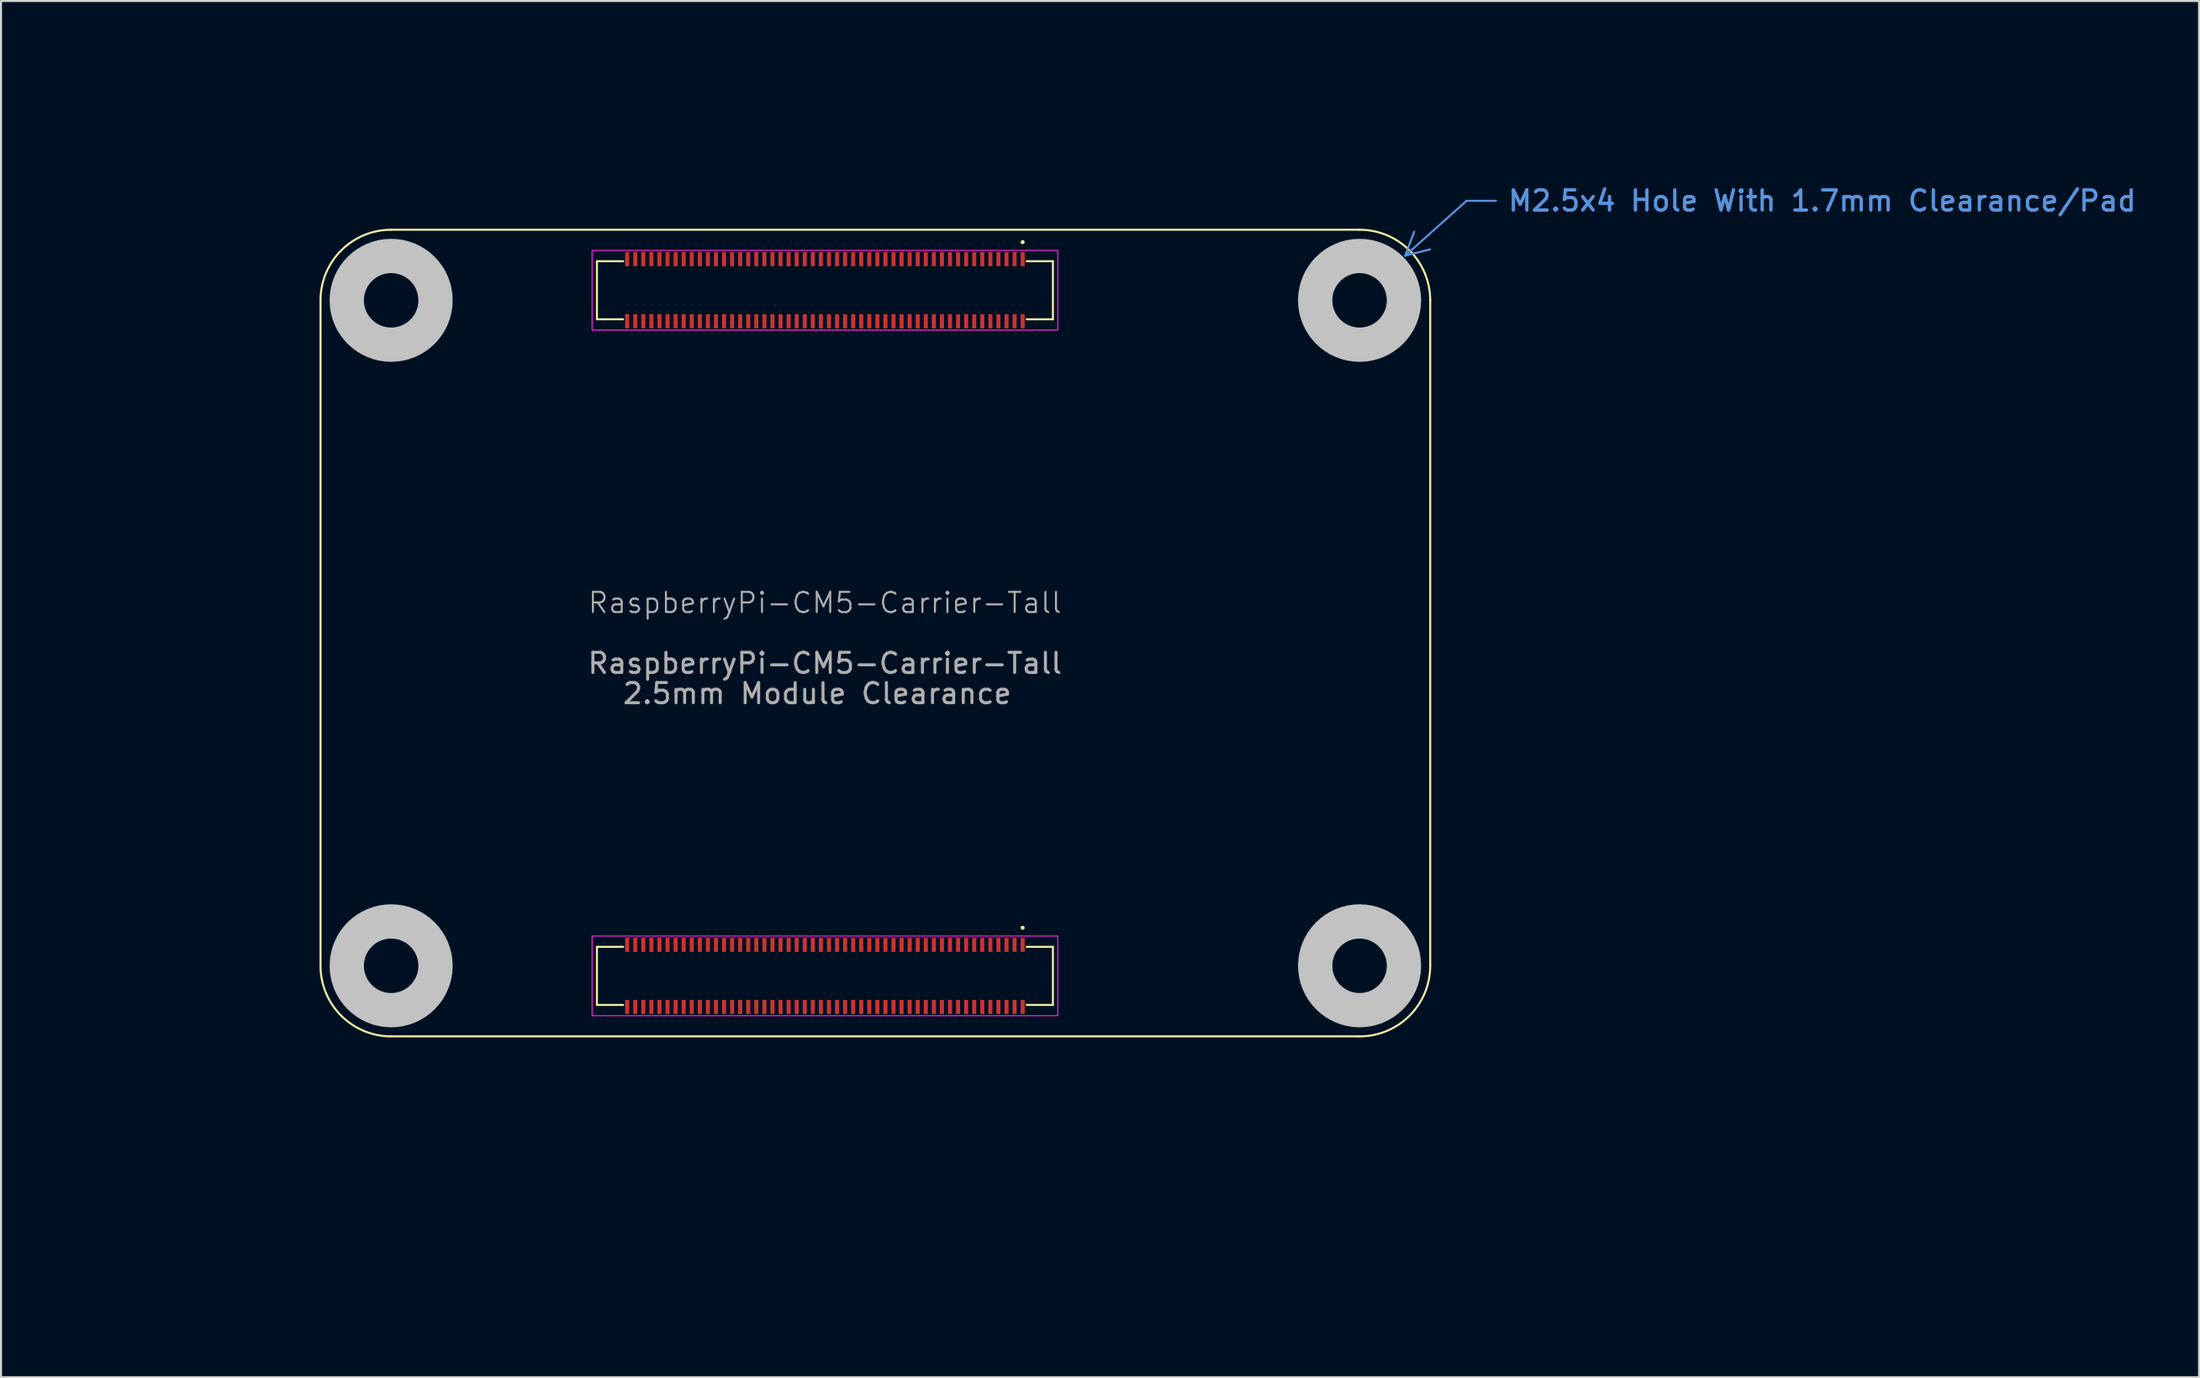
<source format=kicad_pcb>
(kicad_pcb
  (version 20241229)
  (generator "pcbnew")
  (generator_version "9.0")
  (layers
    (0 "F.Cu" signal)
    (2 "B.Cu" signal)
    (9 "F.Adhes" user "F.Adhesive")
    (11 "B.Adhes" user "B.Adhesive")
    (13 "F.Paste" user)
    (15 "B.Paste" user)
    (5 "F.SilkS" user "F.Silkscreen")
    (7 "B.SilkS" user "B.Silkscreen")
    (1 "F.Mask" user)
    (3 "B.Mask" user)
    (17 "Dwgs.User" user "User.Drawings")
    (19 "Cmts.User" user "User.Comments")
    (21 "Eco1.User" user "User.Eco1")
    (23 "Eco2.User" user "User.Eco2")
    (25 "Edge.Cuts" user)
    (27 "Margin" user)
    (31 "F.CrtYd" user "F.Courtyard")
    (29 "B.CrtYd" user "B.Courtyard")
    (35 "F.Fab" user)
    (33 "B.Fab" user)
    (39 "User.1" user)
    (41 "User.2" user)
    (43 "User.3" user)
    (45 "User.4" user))
  (footprint "RaspberryPi-CM5-Carrier-Tall"
    (layer "F.Cu")
    (at 37.837 48.343)
    (property "Reference" "RaspberryPi-CM5-Carrier-Tall" (at 0 -21.5 0) (unlocked yes) (layer "F.Fab") (effects (font (size 1 1) (thickness 0.1))))
    (attr smd)
    (fp_line (start -25 -3.5) (end -25 -36.5) (stroke (width 0.1) (type default)) (layer "F.SilkS"))
    (fp_line (start -21.5 -40) (end 26.5 -40) (stroke (width 0.1) (type default)) (layer "F.SilkS"))
    (fp_line (start -11.3 -38.44) (end -11.3 -35.56) (stroke (width 0.1) (type default)) (layer "F.SilkS"))
    (fp_line (start -11.3 -38.44) (end -10 -38.44) (stroke (width 0.1) (type default)) (layer "F.SilkS"))
    (fp_line (start -11.3 -35.56) (end -10 -35.56) (stroke (width 0.1) (type default)) (layer "F.SilkS"))
    (fp_line (start -11.3 -4.44) (end -11.3 -1.56) (stroke (width 0.1) (type default)) (layer "F.SilkS"))
    (fp_line (start -11.3 -4.44) (end -10 -4.44) (stroke (width 0.1) (type default)) (layer "F.SilkS"))
    (fp_line (start -11.3 -1.56) (end -10 -1.56) (stroke (width 0.1) (type default)) (layer "F.SilkS"))
    (fp_line (start 11.3 -38.44) (end 10 -38.44) (stroke (width 0.1) (type default)) (layer "F.SilkS"))
    (fp_line (start 11.3 -38.44) (end 11.3 -35.56) (stroke (width 0.1) (type default)) (layer "F.SilkS"))
    (fp_line (start 11.3 -35.56) (end 10 -35.56) (stroke (width 0.1) (type default)) (layer "F.SilkS"))
    (fp_line (start 11.3 -4.44) (end 10 -4.44) (stroke (width 0.1) (type default)) (layer "F.SilkS"))
    (fp_line (start 11.3 -4.44) (end 11.3 -1.56) (stroke (width 0.1) (type default)) (layer "F.SilkS"))
    (fp_line (start 11.3 -1.56) (end 10 -1.56) (stroke (width 0.1) (type default)) (layer "F.SilkS"))
    (fp_line (start 26.5 0) (end -21.5 0) (stroke (width 0.1) (type default)) (layer "F.SilkS"))
    (fp_line (start 30 -36.5) (end 30 -3.5) (stroke (width 0.1) (type default)) (layer "F.SilkS"))
    (fp_arc (start -25 -36.5) (mid -23.974874 -38.974874) (end -21.5 -40) (stroke (width 0.1) (type default)) (layer "F.SilkS"))
    (fp_arc (start -21.5 0) (mid -23.974874 -1.025126) (end -25 -3.5) (stroke (width 0.1) (type default)) (layer "F.SilkS"))
    (fp_arc (start 26.5 -40) (mid 28.974874 -38.974874) (end 30 -36.5) (stroke (width 0.1) (type default)) (layer "F.SilkS"))
    (fp_arc (start 30 -3.5) (mid 28.974874 -1.025126) (end 26.5 0) (stroke (width 0.1) (type default)) (layer "F.SilkS"))
    (fp_circle (center 9.8 -39.385) (end 9.9 -39.385) (stroke (width 0) (type default)) (fill yes) (layer "F.SilkS"))
    (fp_circle (center 9.8 -5.385) (end 9.9 -5.385) (stroke (width 0) (type default)) (fill yes) (layer "F.SilkS"))
    (fp_circle (center -21.5 -36.5) (end -19.3 -36.5) (stroke (width 1.7) (type default)) (fill no) (layer "Dwgs.User"))
    (fp_circle (center -21.5 -3.5) (end -19.3 -3.5) (stroke (width 1.7) (type default)) (fill no) (layer "Dwgs.User"))
    (fp_circle (center 26.5 -36.5) (end 28.7 -36.5) (stroke (width 1.7) (type default)) (fill no) (layer "Dwgs.User"))
    (fp_circle (center 26.5 -3.5) (end 28.7 -3.5) (stroke (width 1.7) (type default)) (fill no) (layer "Dwgs.User"))
    (fp_rect (start -11.54 -38.975) (end 11.54 -35.025) (stroke (width 0.05) (type solid)) (fill no) (layer "F.CrtYd"))
    (fp_rect (start -11.54 -4.975) (end 11.54 -1.025) (stroke (width 0.05) (type solid)) (fill no) (layer "F.CrtYd"))
    (fp_text user "2.5mm Module Clearance " (at 0 -17 0) (unlocked yes) (layer "F.Fab") (effects (font (size 1 1) (thickness 0.15))))
    (fp_text user "${REFERENCE}" (at 0 -18.5 0) (unlocked yes) (layer "F.Fab") (effects (font (size 1 1) (thickness 0.15))))
    (dimension (type leader) (layer "Cmts.User") (pts (xy 66.222 9.963) (xy 69.642 6.908)) (format (prefix "") (suffix "") (units 0) (units_format 0) (precision 4) (override_value "M2.5x4 Hole With 1.7mm Clearance/Pad")) (style (thickness 0.1) (arrow_length 1.27) (text_position_mode 0) (text_frame 0) (extension_offset 0.5)) (gr_text "M2.5x4 Hole With 1.7mm Clearance/Pad" (at 87.272 6.908 0) (layer "Cmts.User") (effects (font (size 1 1) (thickness 0.15)))))
    (dimension (type leader) (layer "User.2") (pts (xy 13.863 47.318) (xy 10.267 50.988)) (format (prefix "") (suffix "") (units 0) (units_format 0) (precision 4) (override_value "3.5x4")) (style (thickness 0.1) (arrow_length 1.27) (text_position_mode 0) (text_frame 0) (extension_offset 0.5)) (gr_text "3.5x4" (at 3.977 50.988 0) (layer "User.2") (effects (font (size 1 1) (thickness 0.15)))))
    (dimension (type orthogonal) (layer "User.2") (pts (xy 12.837 48.343) (xy 12.837 11.843)) (height -6.265) (orientation 1) (format (prefix "") (suffix "") (units 3) (units_format 0) (precision 4) (suppress_zeroes yes)) (style (thickness 0.1) (arrow_length 1.27) (text_position_mode 0) (arrow_direction outward) (extension_height 0.586) (extension_offset 0.5) (keep_text_aligned yes)) (gr_text "36.5" (at 5.422 30.093 90) (layer "User.2") (effects (font (size 1 1) (thickness 0.15)))))
    (dimension (type orthogonal) (layer "User.2") (pts (xy 12.837 48.343) (xy 64.337 48.343)) (height 10.02) (orientation 0) (format (prefix "") (suffix "") (units 3) (units_format 0) (precision 4) (suppress_zeroes yes)) (style (thickness 0.1) (arrow_length 1.27) (text_position_mode 0) (arrow_direction outward) (extension_height 0.586) (extension_offset 0.5) (keep_text_aligned yes)) (gr_text "51.5" (at 38.587 57.213 0) (layer "User.2") (effects (font (size 1 1) (thickness 0.15)))))
    (dimension (type orthogonal) (layer "User.2") (pts (xy 12.837 48.343) (xy 67.837 48.343)) (height 13.265) (orientation 0) (format (prefix "") (suffix "") (units 3) (units_format 0) (precision 4) (suppress_zeroes yes)) (style (thickness 0.1) (arrow_length 1.27) (text_position_mode 0) (arrow_direction outward) (extension_height 0.586) (extension_offset 0.5) (keep_text_aligned yes)) (gr_text "55" (at 40.337 60.458 0) (layer "User.2") (effects (font (size 1 1) (thickness 0.15)))))
    (dimension (type orthogonal) (layer "User.2") (pts (xy 12.837 48.343) (xy 47.637 48.343)) (height 6.335) (orientation 0) (format (prefix "") (suffix "") (units 3) (units_format 0) (precision 4) (suppress_zeroes yes)) (style (thickness 0.1) (arrow_length 1.27) (text_position_mode 0) (arrow_direction outward) (extension_height 0.586) (extension_offset 0.5) (keep_text_aligned yes)) (gr_text "34.8" (at 30.237 53.528 0) (layer "User.2") (effects (font (size 1 1) (thickness 0.15)))))
    (dimension (type orthogonal) (layer "User.2") (pts (xy 12.837 48.343) (xy 12.837 44.843)) (height -2.515) (orientation 1) (format (prefix "") (suffix "") (units 3) (units_format 0) (precision 4) (suppress_zeroes yes)) (style (thickness 0.1) (arrow_length 1.27) (text_position_mode 0) (arrow_direction outward) (extension_height 0.586) (extension_offset 0.5) (keep_text_aligned yes)) (gr_text "3.5" (at 9.172 46.593 90) (layer "User.2") (effects (font (size 1 1) (thickness 0.15)))))
    (dimension (type orthogonal) (layer "User.2") (pts (xy 12.837 48.343) (xy 16.337 48.343)) (height 3) (orientation 0) (format (prefix "") (suffix "") (units 3) (units_format 0) (precision 4) (suppress_zeroes yes)) (style (thickness 0.1) (arrow_length 1.27) (text_position_mode 0) (arrow_direction outward) (extension_height 0.586) (extension_offset 0.5) (keep_text_aligned yes)) (gr_text "3.5" (at 14.587 50.193 0) (layer "User.2") (effects (font (size 1 1) (thickness 0.15)))))
    (dimension (type orthogonal) (layer "User.2") (pts (xy 12.837 48.343) (xy 12.837 8.343)) (height -10.61) (orientation 1) (format (prefix "") (suffix "") (units 3) (units_format 0) (precision 4) (suppress_zeroes yes)) (style (thickness 0.1) (arrow_length 1.27) (text_position_mode 0) (arrow_direction outward) (extension_height 0.586) (extension_offset 0.5) (keep_text_aligned yes)) (gr_text "40" (at 1.077 28.343 90) (layer "User.2") (effects (font (size 1 1) (thickness 0.15)))))
    (dimension (type orthogonal) (layer "User.2") (pts (xy 49.377 45.343) (xy 49.377 48.343)) (height 3.04) (orientation 1) (format (prefix "") (suffix "") (units 3) (units_format 0) (precision 4) (suppress_zeroes yes)) (style (thickness 0.1) (arrow_length 1.27) (text_position_mode 0) (arrow_direction outward) (extension_height 0.586) (extension_offset 0.5) (keep_text_aligned yes)) (gr_text "3" (at 51.267 46.843 90) (layer "User.2") (effects (font (size 1 1) (thickness 0.15)))))
    (dimension (type orthogonal) (layer "User.2") (pts (xy 49.377 11.343) (xy 49.377 8.343)) (height 2.575) (orientation 1) (format (prefix "") (suffix "") (units 3) (units_format 0) (precision 4) (suppress_zeroes yes)) (style (thickness 0.1) (arrow_length 1.27) (text_position_mode 0) (arrow_direction outward) (extension_height 0.586) (extension_offset 0.5) (keep_text_aligned yes)) (gr_text "3" (at 50.802 9.843 90) (layer "User.2") (effects (font (size 1 1) (thickness 0.15)))))
    (dimension (type orthogonal) (layer "User.2") (pts (xy 47.637 8.343) (xy 12.837 8.343)) (height -6.345) (orientation 0) (format (prefix "") (suffix "") (units 3) (units_format 0) (precision 4) (suppress_zeroes yes)) (style (thickness 0.1) (arrow_length 1.27) (text_position_mode 0) (arrow_direction outward) (extension_height 0.586) (extension_offset 0.5) (keep_text_aligned yes)) (gr_text "34.8" (at 30.237 0.848 0) (layer "User.2") (effects (font (size 1 1) (thickness 0.15)))))
    (pad "1" smd rect (at 9.8 -38.54) (size 0.2 0.7) (layers "F.Cu" "F.Mask" "F.Paste"))
    (pad "2" smd rect (at 9.8 -35.46) (size 0.2 0.7) (layers "F.Cu" "F.Mask" "F.Paste"))
    (pad "3" smd rect (at 9.4 -38.54) (size 0.2 0.7) (layers "F.Cu" "F.Mask" "F.Paste"))
    (pad "4" smd rect (at 9.4 -35.46) (size 0.2 0.7) (layers "F.Cu" "F.Mask" "F.Paste"))
    (pad "5" smd rect (at 9 -38.54) (size 0.2 0.7) (layers "F.Cu" "F.Mask" "F.Paste"))
    (pad "6" smd rect (at 9 -35.46) (size 0.2 0.7) (layers "F.Cu" "F.Mask" "F.Paste"))
    (pad "7" smd rect (at 8.6 -38.54) (size 0.2 0.7) (layers "F.Cu" "F.Mask" "F.Paste"))
    (pad "8" smd rect (at 8.6 -35.46) (size 0.2 0.7) (layers "F.Cu" "F.Mask" "F.Paste"))
    (pad "9" smd rect (at 8.2 -38.54) (size 0.2 0.7) (layers "F.Cu" "F.Mask" "F.Paste"))
    (pad "10" smd rect (at 8.2 -35.46) (size 0.2 0.7) (layers "F.Cu" "F.Mask" "F.Paste"))
    (pad "11" smd rect (at 7.8 -38.54) (size 0.2 0.7) (layers "F.Cu" "F.Mask" "F.Paste"))
    (pad "12" smd rect (at 7.8 -35.46) (size 0.2 0.7) (layers "F.Cu" "F.Mask" "F.Paste"))
    (pad "13" smd rect (at 7.4 -38.54) (size 0.2 0.7) (layers "F.Cu" "F.Mask" "F.Paste"))
    (pad "14" smd rect (at 7.4 -35.46) (size 0.2 0.7) (layers "F.Cu" "F.Mask" "F.Paste"))
    (pad "15" smd rect (at 7 -38.54) (size 0.2 0.7) (layers "F.Cu" "F.Mask" "F.Paste"))
    (pad "16" smd rect (at 7 -35.46) (size 0.2 0.7) (layers "F.Cu" "F.Mask" "F.Paste"))
    (pad "17" smd rect (at 6.6 -38.54) (size 0.2 0.7) (layers "F.Cu" "F.Mask" "F.Paste"))
    (pad "18" smd rect (at 6.6 -35.46) (size 0.2 0.7) (layers "F.Cu" "F.Mask" "F.Paste"))
    (pad "19" smd rect (at 6.2 -38.54) (size 0.2 0.7) (layers "F.Cu" "F.Mask" "F.Paste"))
    (pad "20" smd rect (at 6.2 -35.46) (size 0.2 0.7) (layers "F.Cu" "F.Mask" "F.Paste"))
    (pad "21" smd rect (at 5.8 -38.54) (size 0.2 0.7) (layers "F.Cu" "F.Mask" "F.Paste"))
    (pad "22" smd rect (at 5.8 -35.46) (size 0.2 0.7) (layers "F.Cu" "F.Mask" "F.Paste"))
    (pad "23" smd rect (at 5.4 -38.54) (size 0.2 0.7) (layers "F.Cu" "F.Mask" "F.Paste"))
    (pad "24" smd rect (at 5.4 -35.46) (size 0.2 0.7) (layers "F.Cu" "F.Mask" "F.Paste"))
    (pad "25" smd rect (at 5 -38.54) (size 0.2 0.7) (layers "F.Cu" "F.Mask" "F.Paste"))
    (pad "26" smd rect (at 5 -35.46) (size 0.2 0.7) (layers "F.Cu" "F.Mask" "F.Paste"))
    (pad "27" smd rect (at 4.6 -38.54) (size 0.2 0.7) (layers "F.Cu" "F.Mask" "F.Paste"))
    (pad "28" smd rect (at 4.6 -35.46) (size 0.2 0.7) (layers "F.Cu" "F.Mask" "F.Paste"))
    (pad "29" smd rect (at 4.2 -38.54) (size 0.2 0.7) (layers "F.Cu" "F.Mask" "F.Paste"))
    (pad "30" smd rect (at 4.2 -35.46) (size 0.2 0.7) (layers "F.Cu" "F.Mask" "F.Paste"))
    (pad "31" smd rect (at 3.8 -38.54) (size 0.2 0.7) (layers "F.Cu" "F.Mask" "F.Paste"))
    (pad "32" smd rect (at 3.8 -35.46) (size 0.2 0.7) (layers "F.Cu" "F.Mask" "F.Paste"))
    (pad "33" smd rect (at 3.4 -38.54) (size 0.2 0.7) (layers "F.Cu" "F.Mask" "F.Paste"))
    (pad "34" smd rect (at 3.4 -35.46) (size 0.2 0.7) (layers "F.Cu" "F.Mask" "F.Paste"))
    (pad "35" smd rect (at 3 -38.54) (size 0.2 0.7) (layers "F.Cu" "F.Mask" "F.Paste"))
    (pad "36" smd rect (at 3 -35.46) (size 0.2 0.7) (layers "F.Cu" "F.Mask" "F.Paste"))
    (pad "37" smd rect (at 2.6 -38.54) (size 0.2 0.7) (layers "F.Cu" "F.Mask" "F.Paste"))
    (pad "38" smd rect (at 2.6 -35.46) (size 0.2 0.7) (layers "F.Cu" "F.Mask" "F.Paste"))
    (pad "39" smd rect (at 2.2 -38.54) (size 0.2 0.7) (layers "F.Cu" "F.Mask" "F.Paste"))
    (pad "40" smd rect (at 2.2 -35.46) (size 0.2 0.7) (layers "F.Cu" "F.Mask" "F.Paste"))
    (pad "41" smd rect (at 1.8 -38.54) (size 0.2 0.7) (layers "F.Cu" "F.Mask" "F.Paste"))
    (pad "42" smd rect (at 1.8 -35.46) (size 0.2 0.7) (layers "F.Cu" "F.Mask" "F.Paste"))
    (pad "43" smd rect (at 1.4 -38.54) (size 0.2 0.7) (layers "F.Cu" "F.Mask" "F.Paste"))
    (pad "44" smd rect (at 1.4 -35.46) (size 0.2 0.7) (layers "F.Cu" "F.Mask" "F.Paste"))
    (pad "45" smd rect (at 1 -38.54) (size 0.2 0.7) (layers "F.Cu" "F.Mask" "F.Paste"))
    (pad "46" smd rect (at 1 -35.46) (size 0.2 0.7) (layers "F.Cu" "F.Mask" "F.Paste"))
    (pad "47" smd rect (at 0.6 -38.54) (size 0.2 0.7) (layers "F.Cu" "F.Mask" "F.Paste"))
    (pad "48" smd rect (at 0.6 -35.46) (size 0.2 0.7) (layers "F.Cu" "F.Mask" "F.Paste"))
    (pad "49" smd rect (at 0.2 -38.54) (size 0.2 0.7) (layers "F.Cu" "F.Mask" "F.Paste"))
    (pad "50" smd rect (at 0.2 -35.46) (size 0.2 0.7) (layers "F.Cu" "F.Mask" "F.Paste"))
    (pad "51" smd rect (at -0.2 -38.54) (size 0.2 0.7) (layers "F.Cu" "F.Mask" "F.Paste"))
    (pad "52" smd rect (at -0.2 -35.46) (size 0.2 0.7) (layers "F.Cu" "F.Mask" "F.Paste"))
    (pad "53" smd rect (at -0.6 -38.54) (size 0.2 0.7) (layers "F.Cu" "F.Mask" "F.Paste"))
    (pad "54" smd rect (at -0.6 -35.46) (size 0.2 0.7) (layers "F.Cu" "F.Mask" "F.Paste"))
    (pad "55" smd rect (at -1 -38.54) (size 0.2 0.7) (layers "F.Cu" "F.Mask" "F.Paste"))
    (pad "56" smd rect (at -1 -35.46) (size 0.2 0.7) (layers "F.Cu" "F.Mask" "F.Paste"))
    (pad "57" smd rect (at -1.4 -38.54) (size 0.2 0.7) (layers "F.Cu" "F.Mask" "F.Paste"))
    (pad "58" smd rect (at -1.4 -35.46) (size 0.2 0.7) (layers "F.Cu" "F.Mask" "F.Paste"))
    (pad "59" smd rect (at -1.8 -38.54) (size 0.2 0.7) (layers "F.Cu" "F.Mask" "F.Paste"))
    (pad "60" smd rect (at -1.8 -35.46) (size 0.2 0.7) (layers "F.Cu" "F.Mask" "F.Paste"))
    (pad "61" smd rect (at -2.2 -38.54) (size 0.2 0.7) (layers "F.Cu" "F.Mask" "F.Paste"))
    (pad "62" smd rect (at -2.2 -35.46) (size 0.2 0.7) (layers "F.Cu" "F.Mask" "F.Paste"))
    (pad "63" smd rect (at -2.6 -38.54) (size 0.2 0.7) (layers "F.Cu" "F.Mask" "F.Paste"))
    (pad "64" smd rect (at -2.6 -35.46) (size 0.2 0.7) (layers "F.Cu" "F.Mask" "F.Paste"))
    (pad "65" smd rect (at -3 -38.54) (size 0.2 0.7) (layers "F.Cu" "F.Mask" "F.Paste"))
    (pad "66" smd rect (at -3 -35.46) (size 0.2 0.7) (layers "F.Cu" "F.Mask" "F.Paste"))
    (pad "67" smd rect (at -3.4 -38.54) (size 0.2 0.7) (layers "F.Cu" "F.Mask" "F.Paste"))
    (pad "68" smd rect (at -3.4 -35.46) (size 0.2 0.7) (layers "F.Cu" "F.Mask" "F.Paste"))
    (pad "69" smd rect (at -3.8 -38.54) (size 0.2 0.7) (layers "F.Cu" "F.Mask" "F.Paste"))
    (pad "70" smd rect (at -3.8 -35.46) (size 0.2 0.7) (layers "F.Cu" "F.Mask" "F.Paste"))
    (pad "71" smd rect (at -4.2 -38.54) (size 0.2 0.7) (layers "F.Cu" "F.Mask" "F.Paste"))
    (pad "72" smd rect (at -4.2 -35.46) (size 0.2 0.7) (layers "F.Cu" "F.Mask" "F.Paste"))
    (pad "73" smd rect (at -4.6 -38.54) (size 0.2 0.7) (layers "F.Cu" "F.Mask" "F.Paste"))
    (pad "74" smd rect (at -4.6 -35.46) (size 0.2 0.7) (layers "F.Cu" "F.Mask" "F.Paste"))
    (pad "75" smd rect (at -5 -38.54) (size 0.2 0.7) (layers "F.Cu" "F.Mask" "F.Paste"))
    (pad "76" smd rect (at -5 -35.46) (size 0.2 0.7) (layers "F.Cu" "F.Mask" "F.Paste"))
    (pad "77" smd rect (at -5.4 -38.54) (size 0.2 0.7) (layers "F.Cu" "F.Mask" "F.Paste"))
    (pad "78" smd rect (at -5.4 -35.46) (size 0.2 0.7) (layers "F.Cu" "F.Mask" "F.Paste"))
    (pad "79" smd rect (at -5.8 -38.54) (size 0.2 0.7) (layers "F.Cu" "F.Mask" "F.Paste"))
    (pad "80" smd rect (at -5.8 -35.46) (size 0.2 0.7) (layers "F.Cu" "F.Mask" "F.Paste"))
    (pad "81" smd rect (at -6.2 -38.54) (size 0.2 0.7) (layers "F.Cu" "F.Mask" "F.Paste"))
    (pad "82" smd rect (at -6.2 -35.46) (size 0.2 0.7) (layers "F.Cu" "F.Mask" "F.Paste"))
    (pad "83" smd rect (at -6.6 -38.54) (size 0.2 0.7) (layers "F.Cu" "F.Mask" "F.Paste"))
    (pad "84" smd rect (at -6.6 -35.46) (size 0.2 0.7) (layers "F.Cu" "F.Mask" "F.Paste"))
    (pad "85" smd rect (at -7 -38.54) (size 0.2 0.7) (layers "F.Cu" "F.Mask" "F.Paste"))
    (pad "86" smd rect (at -7 -35.46) (size 0.2 0.7) (layers "F.Cu" "F.Mask" "F.Paste"))
    (pad "87" smd rect (at -7.4 -38.54) (size 0.2 0.7) (layers "F.Cu" "F.Mask" "F.Paste"))
    (pad "88" smd rect (at -7.4 -35.46) (size 0.2 0.7) (layers "F.Cu" "F.Mask" "F.Paste"))
    (pad "89" smd rect (at -7.8 -38.54) (size 0.2 0.7) (layers "F.Cu" "F.Mask" "F.Paste"))
    (pad "90" smd rect (at -7.8 -35.46) (size 0.2 0.7) (layers "F.Cu" "F.Mask" "F.Paste"))
    (pad "91" smd rect (at -8.2 -38.54) (size 0.2 0.7) (layers "F.Cu" "F.Mask" "F.Paste"))
    (pad "92" smd rect (at -8.2 -35.46) (size 0.2 0.7) (layers "F.Cu" "F.Mask" "F.Paste"))
    (pad "93" smd rect (at -8.6 -38.54) (size 0.2 0.7) (layers "F.Cu" "F.Mask" "F.Paste"))
    (pad "94" smd rect (at -8.6 -35.46) (size 0.2 0.7) (layers "F.Cu" "F.Mask" "F.Paste"))
    (pad "95" smd rect (at -9 -38.54) (size 0.2 0.7) (layers "F.Cu" "F.Mask" "F.Paste"))
    (pad "96" smd rect (at -9 -35.46) (size 0.2 0.7) (layers "F.Cu" "F.Mask" "F.Paste"))
    (pad "97" smd rect (at -9.4 -38.54) (size 0.2 0.7) (layers "F.Cu" "F.Mask" "F.Paste"))
    (pad "98" smd rect (at -9.4 -35.46) (size 0.2 0.7) (layers "F.Cu" "F.Mask" "F.Paste"))
    (pad "99" smd rect (at -9.8 -38.54) (size 0.2 0.7) (layers "F.Cu" "F.Mask" "F.Paste"))
    (pad "100" smd rect (at -9.8 -35.46) (size 0.2 0.7) (layers "F.Cu" "F.Mask" "F.Paste"))
    (pad "101" smd rect (at 9.8 -4.54) (size 0.2 0.7) (layers "F.Cu" "F.Mask" "F.Paste"))
    (pad "102" smd rect (at 9.8 -1.46) (size 0.2 0.7) (layers "F.Cu" "F.Mask" "F.Paste"))
    (pad "103" smd rect (at 9.4 -4.54) (size 0.2 0.7) (layers "F.Cu" "F.Mask" "F.Paste"))
    (pad "104" smd rect (at 9.4 -1.46) (size 0.2 0.7) (layers "F.Cu" "F.Mask" "F.Paste"))
    (pad "105" smd rect (at 9 -4.54) (size 0.2 0.7) (layers "F.Cu" "F.Mask" "F.Paste"))
    (pad "106" smd rect (at 9 -1.46) (size 0.2 0.7) (layers "F.Cu" "F.Mask" "F.Paste"))
    (pad "107" smd rect (at 8.6 -4.54) (size 0.2 0.7) (layers "F.Cu" "F.Mask" "F.Paste"))
    (pad "108" smd rect (at 8.6 -1.46) (size 0.2 0.7) (layers "F.Cu" "F.Mask" "F.Paste"))
    (pad "109" smd rect (at 8.2 -4.54) (size 0.2 0.7) (layers "F.Cu" "F.Mask" "F.Paste"))
    (pad "110" smd rect (at 8.2 -1.46) (size 0.2 0.7) (layers "F.Cu" "F.Mask" "F.Paste"))
    (pad "111" smd rect (at 7.8 -4.54) (size 0.2 0.7) (layers "F.Cu" "F.Mask" "F.Paste"))
    (pad "112" smd rect (at 7.8 -1.46) (size 0.2 0.7) (layers "F.Cu" "F.Mask" "F.Paste"))
    (pad "113" smd rect (at 7.4 -4.54) (size 0.2 0.7) (layers "F.Cu" "F.Mask" "F.Paste"))
    (pad "114" smd rect (at 7.4 -1.46) (size 0.2 0.7) (layers "F.Cu" "F.Mask" "F.Paste"))
    (pad "115" smd rect (at 7 -4.54) (size 0.2 0.7) (layers "F.Cu" "F.Mask" "F.Paste"))
    (pad "116" smd rect (at 7 -1.46) (size 0.2 0.7) (layers "F.Cu" "F.Mask" "F.Paste"))
    (pad "117" smd rect (at 6.6 -4.54) (size 0.2 0.7) (layers "F.Cu" "F.Mask" "F.Paste"))
    (pad "118" smd rect (at 6.6 -1.46) (size 0.2 0.7) (layers "F.Cu" "F.Mask" "F.Paste"))
    (pad "119" smd rect (at 6.2 -4.54) (size 0.2 0.7) (layers "F.Cu" "F.Mask" "F.Paste"))
    (pad "120" smd rect (at 6.2 -1.46) (size 0.2 0.7) (layers "F.Cu" "F.Mask" "F.Paste"))
    (pad "121" smd rect (at 5.8 -4.54) (size 0.2 0.7) (layers "F.Cu" "F.Mask" "F.Paste"))
    (pad "122" smd rect (at 5.8 -1.46) (size 0.2 0.7) (layers "F.Cu" "F.Mask" "F.Paste"))
    (pad "123" smd rect (at 5.4 -4.54) (size 0.2 0.7) (layers "F.Cu" "F.Mask" "F.Paste"))
    (pad "124" smd rect (at 5.4 -1.46) (size 0.2 0.7) (layers "F.Cu" "F.Mask" "F.Paste"))
    (pad "125" smd rect (at 5 -4.54) (size 0.2 0.7) (layers "F.Cu" "F.Mask" "F.Paste"))
    (pad "126" smd rect (at 5 -1.46) (size 0.2 0.7) (layers "F.Cu" "F.Mask" "F.Paste"))
    (pad "127" smd rect (at 4.6 -4.54) (size 0.2 0.7) (layers "F.Cu" "F.Mask" "F.Paste"))
    (pad "128" smd rect (at 4.6 -1.46) (size 0.2 0.7) (layers "F.Cu" "F.Mask" "F.Paste"))
    (pad "129" smd rect (at 4.2 -4.54) (size 0.2 0.7) (layers "F.Cu" "F.Mask" "F.Paste"))
    (pad "130" smd rect (at 4.2 -1.46) (size 0.2 0.7) (layers "F.Cu" "F.Mask" "F.Paste"))
    (pad "131" smd rect (at 3.8 -4.54) (size 0.2 0.7) (layers "F.Cu" "F.Mask" "F.Paste"))
    (pad "132" smd rect (at 3.8 -1.46) (size 0.2 0.7) (layers "F.Cu" "F.Mask" "F.Paste"))
    (pad "133" smd rect (at 3.4 -4.54) (size 0.2 0.7) (layers "F.Cu" "F.Mask" "F.Paste"))
    (pad "134" smd rect (at 3.4 -1.46) (size 0.2 0.7) (layers "F.Cu" "F.Mask" "F.Paste"))
    (pad "135" smd rect (at 3 -4.54) (size 0.2 0.7) (layers "F.Cu" "F.Mask" "F.Paste"))
    (pad "136" smd rect (at 3 -1.46) (size 0.2 0.7) (layers "F.Cu" "F.Mask" "F.Paste"))
    (pad "137" smd rect (at 2.6 -4.54) (size 0.2 0.7) (layers "F.Cu" "F.Mask" "F.Paste"))
    (pad "138" smd rect (at 2.6 -1.46) (size 0.2 0.7) (layers "F.Cu" "F.Mask" "F.Paste"))
    (pad "139" smd rect (at 2.2 -4.54) (size 0.2 0.7) (layers "F.Cu" "F.Mask" "F.Paste"))
    (pad "140" smd rect (at 2.2 -1.46) (size 0.2 0.7) (layers "F.Cu" "F.Mask" "F.Paste"))
    (pad "141" smd rect (at 1.8 -4.54) (size 0.2 0.7) (layers "F.Cu" "F.Mask" "F.Paste"))
    (pad "142" smd rect (at 1.8 -1.46) (size 0.2 0.7) (layers "F.Cu" "F.Mask" "F.Paste"))
    (pad "143" smd rect (at 1.4 -4.54) (size 0.2 0.7) (layers "F.Cu" "F.Mask" "F.Paste"))
    (pad "144" smd rect (at 1.4 -1.46) (size 0.2 0.7) (layers "F.Cu" "F.Mask" "F.Paste"))
    (pad "145" smd rect (at 1 -4.54) (size 0.2 0.7) (layers "F.Cu" "F.Mask" "F.Paste"))
    (pad "146" smd rect (at 1 -1.46) (size 0.2 0.7) (layers "F.Cu" "F.Mask" "F.Paste"))
    (pad "147" smd rect (at 0.6 -4.54) (size 0.2 0.7) (layers "F.Cu" "F.Mask" "F.Paste"))
    (pad "148" smd rect (at 0.6 -1.46) (size 0.2 0.7) (layers "F.Cu" "F.Mask" "F.Paste"))
    (pad "149" smd rect (at 0.2 -4.54) (size 0.2 0.7) (layers "F.Cu" "F.Mask" "F.Paste"))
    (pad "150" smd rect (at 0.2 -1.46) (size 0.2 0.7) (layers "F.Cu" "F.Mask" "F.Paste"))
    (pad "151" smd rect (at -0.2 -4.54) (size 0.2 0.7) (layers "F.Cu" "F.Mask" "F.Paste"))
    (pad "152" smd rect (at -0.2 -1.46) (size 0.2 0.7) (layers "F.Cu" "F.Mask" "F.Paste"))
    (pad "153" smd rect (at -0.6 -4.54) (size 0.2 0.7) (layers "F.Cu" "F.Mask" "F.Paste"))
    (pad "154" smd rect (at -0.6 -1.46) (size 0.2 0.7) (layers "F.Cu" "F.Mask" "F.Paste"))
    (pad "155" smd rect (at -1 -4.54) (size 0.2 0.7) (layers "F.Cu" "F.Mask" "F.Paste"))
    (pad "156" smd rect (at -1 -1.46) (size 0.2 0.7) (layers "F.Cu" "F.Mask" "F.Paste"))
    (pad "157" smd rect (at -1.4 -4.54) (size 0.2 0.7) (layers "F.Cu" "F.Mask" "F.Paste"))
    (pad "158" smd rect (at -1.4 -1.46) (size 0.2 0.7) (layers "F.Cu" "F.Mask" "F.Paste"))
    (pad "159" smd rect (at -1.8 -4.54) (size 0.2 0.7) (layers "F.Cu" "F.Mask" "F.Paste"))
    (pad "160" smd rect (at -1.8 -1.46) (size 0.2 0.7) (layers "F.Cu" "F.Mask" "F.Paste"))
    (pad "161" smd rect (at -2.2 -4.54) (size 0.2 0.7) (layers "F.Cu" "F.Mask" "F.Paste"))
    (pad "162" smd rect (at -2.2 -1.46) (size 0.2 0.7) (layers "F.Cu" "F.Mask" "F.Paste"))
    (pad "163" smd rect (at -2.6 -4.54) (size 0.2 0.7) (layers "F.Cu" "F.Mask" "F.Paste"))
    (pad "164" smd rect (at -2.6 -1.46) (size 0.2 0.7) (layers "F.Cu" "F.Mask" "F.Paste"))
    (pad "165" smd rect (at -3 -4.54) (size 0.2 0.7) (layers "F.Cu" "F.Mask" "F.Paste"))
    (pad "166" smd rect (at -3 -1.46) (size 0.2 0.7) (layers "F.Cu" "F.Mask" "F.Paste"))
    (pad "167" smd rect (at -3.4 -4.54) (size 0.2 0.7) (layers "F.Cu" "F.Mask" "F.Paste"))
    (pad "168" smd rect (at -3.4 -1.46) (size 0.2 0.7) (layers "F.Cu" "F.Mask" "F.Paste"))
    (pad "169" smd rect (at -3.8 -4.54) (size 0.2 0.7) (layers "F.Cu" "F.Mask" "F.Paste"))
    (pad "170" smd rect (at -3.8 -1.46) (size 0.2 0.7) (layers "F.Cu" "F.Mask" "F.Paste"))
    (pad "171" smd rect (at -4.2 -4.54) (size 0.2 0.7) (layers "F.Cu" "F.Mask" "F.Paste"))
    (pad "172" smd rect (at -4.2 -1.46) (size 0.2 0.7) (layers "F.Cu" "F.Mask" "F.Paste"))
    (pad "173" smd rect (at -4.6 -4.54) (size 0.2 0.7) (layers "F.Cu" "F.Mask" "F.Paste"))
    (pad "174" smd rect (at -4.6 -1.46) (size 0.2 0.7) (layers "F.Cu" "F.Mask" "F.Paste"))
    (pad "175" smd rect (at -5 -4.54) (size 0.2 0.7) (layers "F.Cu" "F.Mask" "F.Paste"))
    (pad "176" smd rect (at -5 -1.46) (size 0.2 0.7) (layers "F.Cu" "F.Mask" "F.Paste"))
    (pad "177" smd rect (at -5.4 -4.54) (size 0.2 0.7) (layers "F.Cu" "F.Mask" "F.Paste"))
    (pad "178" smd rect (at -5.4 -1.46) (size 0.2 0.7) (layers "F.Cu" "F.Mask" "F.Paste"))
    (pad "179" smd rect (at -5.8 -4.54) (size 0.2 0.7) (layers "F.Cu" "F.Mask" "F.Paste"))
    (pad "180" smd rect (at -5.8 -1.46) (size 0.2 0.7) (layers "F.Cu" "F.Mask" "F.Paste"))
    (pad "181" smd rect (at -6.2 -4.54) (size 0.2 0.7) (layers "F.Cu" "F.Mask" "F.Paste"))
    (pad "182" smd rect (at -6.2 -1.46) (size 0.2 0.7) (layers "F.Cu" "F.Mask" "F.Paste"))
    (pad "183" smd rect (at -6.6 -4.54) (size 0.2 0.7) (layers "F.Cu" "F.Mask" "F.Paste"))
    (pad "184" smd rect (at -6.6 -1.46) (size 0.2 0.7) (layers "F.Cu" "F.Mask" "F.Paste"))
    (pad "185" smd rect (at -7 -4.54) (size 0.2 0.7) (layers "F.Cu" "F.Mask" "F.Paste"))
    (pad "186" smd rect (at -7 -1.46) (size 0.2 0.7) (layers "F.Cu" "F.Mask" "F.Paste"))
    (pad "187" smd rect (at -7.4 -4.54) (size 0.2 0.7) (layers "F.Cu" "F.Mask" "F.Paste"))
    (pad "188" smd rect (at -7.4 -1.46) (size 0.2 0.7) (layers "F.Cu" "F.Mask" "F.Paste"))
    (pad "189" smd rect (at -7.8 -4.54) (size 0.2 0.7) (layers "F.Cu" "F.Mask" "F.Paste"))
    (pad "190" smd rect (at -7.8 -1.46) (size 0.2 0.7) (layers "F.Cu" "F.Mask" "F.Paste"))
    (pad "191" smd rect (at -8.2 -4.54) (size 0.2 0.7) (layers "F.Cu" "F.Mask" "F.Paste"))
    (pad "192" smd rect (at -8.2 -1.46) (size 0.2 0.7) (layers "F.Cu" "F.Mask" "F.Paste"))
    (pad "193" smd rect (at -8.6 -4.54) (size 0.2 0.7) (layers "F.Cu" "F.Mask" "F.Paste"))
    (pad "194" smd rect (at -8.6 -1.46) (size 0.2 0.7) (layers "F.Cu" "F.Mask" "F.Paste"))
    (pad "195" smd rect (at -9 -4.54) (size 0.2 0.7) (layers "F.Cu" "F.Mask" "F.Paste"))
    (pad "196" smd rect (at -9 -1.46) (size 0.2 0.7) (layers "F.Cu" "F.Mask" "F.Paste"))
    (pad "197" smd rect (at -9.4 -4.54) (size 0.2 0.7) (layers "F.Cu" "F.Mask" "F.Paste"))
    (pad "198" smd rect (at -9.4 -1.46) (size 0.2 0.7) (layers "F.Cu" "F.Mask" "F.Paste"))
    (pad "199" smd rect (at -9.8 -4.54) (size 0.2 0.7) (layers "F.Cu" "F.Mask" "F.Paste"))
    (pad "200" smd rect (at -9.8 -1.46) (size 0.2 0.7) (layers "F.Cu" "F.Mask" "F.Paste")))
  (gr_rect
    (start -3 -3)
    (end 105.945 65.245)
    (stroke (width 0.1) (type default))
    (fill no)
    (layer "Edge.Cuts")))
</source>
